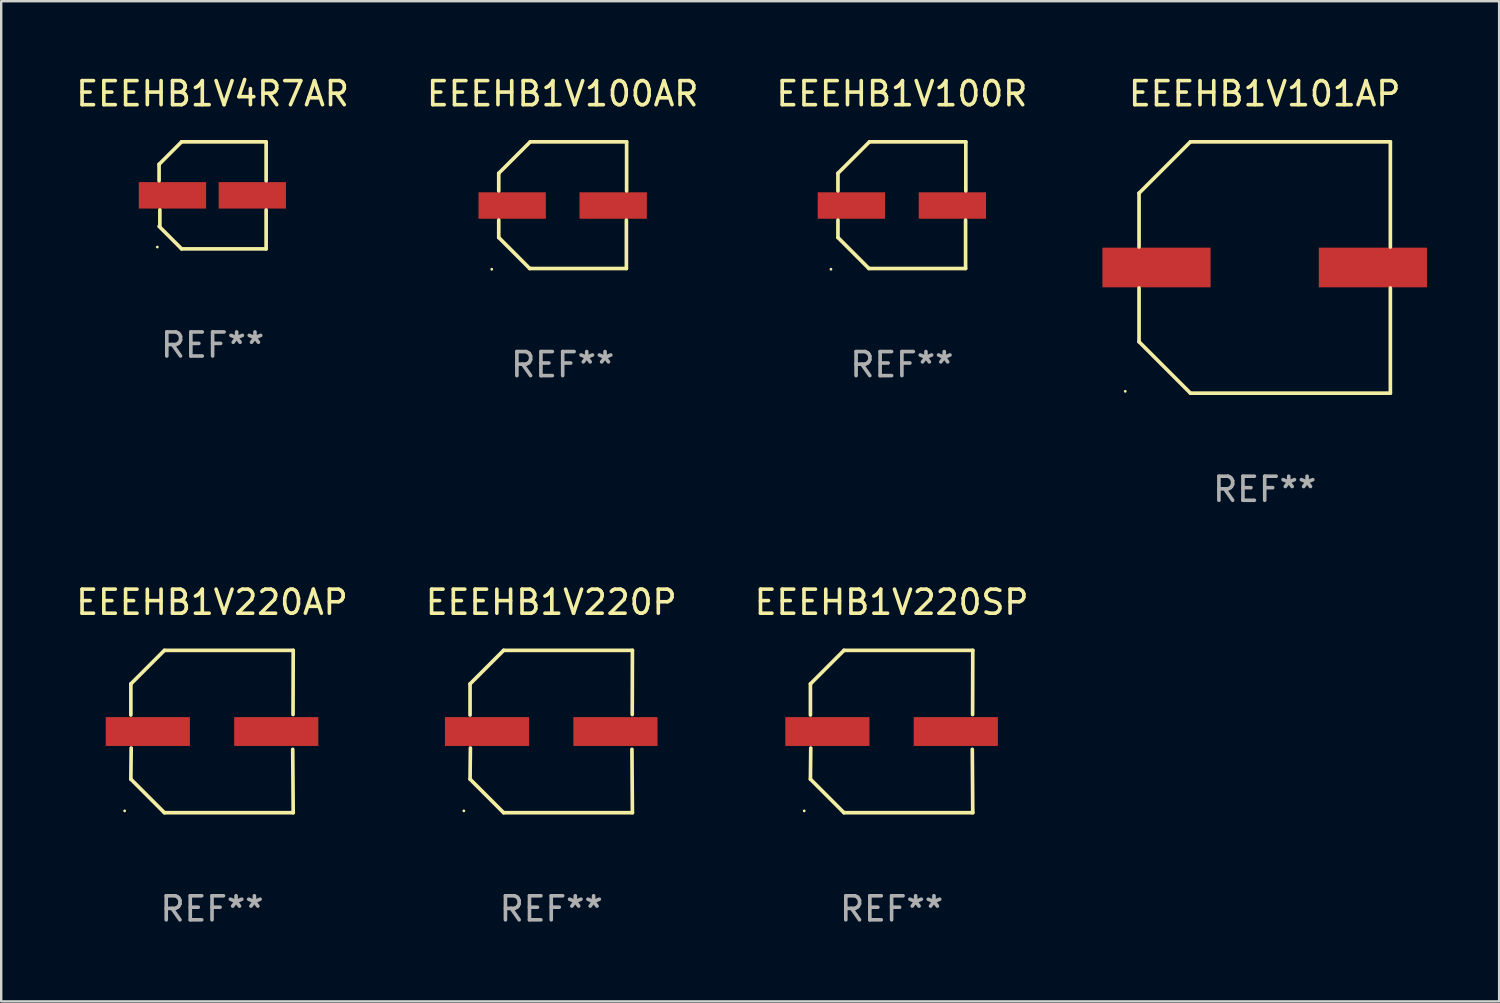
<source format=kicad_pcb>
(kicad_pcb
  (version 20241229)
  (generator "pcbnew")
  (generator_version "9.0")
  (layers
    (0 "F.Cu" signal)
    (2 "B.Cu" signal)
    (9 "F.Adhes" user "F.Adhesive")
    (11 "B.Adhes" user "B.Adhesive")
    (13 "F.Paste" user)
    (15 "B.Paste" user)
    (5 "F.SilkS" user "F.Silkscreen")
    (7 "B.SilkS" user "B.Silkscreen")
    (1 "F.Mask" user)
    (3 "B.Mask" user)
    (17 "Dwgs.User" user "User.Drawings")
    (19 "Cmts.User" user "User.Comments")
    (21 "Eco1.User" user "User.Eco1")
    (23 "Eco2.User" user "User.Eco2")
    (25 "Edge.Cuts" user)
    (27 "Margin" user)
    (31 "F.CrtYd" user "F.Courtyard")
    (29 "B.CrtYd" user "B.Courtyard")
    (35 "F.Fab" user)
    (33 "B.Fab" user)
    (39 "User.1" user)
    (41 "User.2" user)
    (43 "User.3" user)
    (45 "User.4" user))
  (footprint "EEEHB1V100R"
    (layer "F.Cu")
    (at 34.458 5.482)
    (property "Reference" "EEEHB1V100R" (at 0 -4.634 0) (layer "F.SilkS") (effects (font (size 1 1) (thickness 0.15))))
    (attr through_hole)
    (fp_line (start -2.659 -1.326) (end -2.659 -0.592) (stroke (width 0.152) (type solid)) (layer "F.SilkS"))
    (fp_line (start -2.659 1.346) (end -2.659 0.622) (stroke (width 0.152) (type solid)) (layer "F.SilkS"))
    (fp_line (start -1.372 2.634) (end -2.659 1.346) (stroke (width 0.152) (type solid)) (layer "F.SilkS"))
    (fp_line (start -1.349 -2.634) (end -2.659 -1.326) (stroke (width 0.152) (type solid)) (layer "F.SilkS"))
    (fp_line (start 2.649 0.622) (end 2.649 2.634) (stroke (width 0.152) (type solid)) (layer "F.SilkS"))
    (fp_line (start 2.649 2.634) (end -1.372 2.634) (stroke (width 0.152) (type solid)) (layer "F.SilkS"))
    (fp_line (start 2.659 -2.634) (end -1.349 -2.634) (stroke (width 0.152) (type solid)) (layer "F.SilkS"))
    (fp_line (start 2.659 -0.592) (end 2.659 -2.634) (stroke (width 0.152) (type solid)) (layer "F.SilkS"))
    (fp_circle (center -2.95 2.665) (end -2.92 2.665) (stroke (width 0.06) (type solid)) (fill no) (layer "F.SilkS"))
    (fp_text user "REF**" (at 0 6.634 0) (layer "F.Fab") (effects (font (size 1 1) (thickness 0.15))))
    (pad "1" smd rect (at -2.1 0.015) (size 2.8 1.1) (layers "F.Cu" "F.Mask" "F.Paste"))
    (pad "2" smd rect (at 2.1 0.015) (size 2.8 1.1) (layers "F.Cu" "F.Mask" "F.Paste")))
  (footprint "EEEHB1V220P"
    (layer "F.Cu")
    (at 19.875 27.373)
    (property "Reference" "EEEHB1V220P" (at 0 -5.376 0) (layer "F.SilkS") (effects (font (size 1 1) (thickness 0.15))))
    (attr through_hole)
    (fp_line (start -3.376 -1.98) (end -3.376 -0.686) (stroke (width 0.152) (type solid)) (layer "F.SilkS"))
    (fp_line (start -3.376 1.981) (end -3.362 0.686) (stroke (width 0.152) (type solid)) (layer "F.SilkS"))
    (fp_line (start -1.981 3.376) (end -3.376 1.981) (stroke (width 0.152) (type solid)) (layer "F.SilkS"))
    (fp_line (start -1.98 -3.376) (end -3.376 -1.98) (stroke (width 0.152) (type solid)) (layer "F.SilkS"))
    (fp_line (start 3.356 0.74) (end 3.376 3.376) (stroke (width 0.152) (type solid)) (layer "F.SilkS"))
    (fp_line (start 3.369 -0.707) (end 3.376 -3.376) (stroke (width 0.152) (type solid)) (layer "F.SilkS"))
    (fp_line (start 3.376 3.376) (end -1.981 3.376) (stroke (width 0.152) (type solid)) (layer "F.SilkS"))
    (fp_line (start 3.376 -3.376) (end -1.98 -3.376) (stroke (width 0.152) (type solid)) (layer "F.SilkS"))
    (fp_circle (center -3.634 3.3) (end -3.604 3.3) (stroke (width 0.06) (type solid)) (fill no) (layer "F.SilkS"))
    (fp_text user "REF**" (at 0 7.376 0) (layer "F.Fab") (effects (font (size 1 1) (thickness 0.15))))
    (pad "1" smd rect (at -2.67 0.000254) (size 3.5 1.2) (layers "F.Cu" "F.Mask" "F.Paste"))
    (pad "2" smd rect (at 2.67 0.000254) (size 3.5 1.2) (layers "F.Cu" "F.Mask" "F.Paste")))
  (footprint "EEEHB1V220AP"
    (layer "F.Cu")
    (at 5.768 27.373)
    (property "Reference" "EEEHB1V220AP" (at 0 -5.376 0) (layer "F.SilkS") (effects (font (size 1 1) (thickness 0.15))))
    (attr through_hole)
    (fp_line (start -3.376 -1.98) (end -3.376 -0.686) (stroke (width 0.152) (type solid)) (layer "F.SilkS"))
    (fp_line (start -3.376 1.981) (end -3.362 0.686) (stroke (width 0.152) (type solid)) (layer "F.SilkS"))
    (fp_line (start -1.981 3.376) (end -3.376 1.981) (stroke (width 0.152) (type solid)) (layer "F.SilkS"))
    (fp_line (start -1.98 -3.376) (end -3.376 -1.98) (stroke (width 0.152) (type solid)) (layer "F.SilkS"))
    (fp_line (start 3.356 0.74) (end 3.376 3.376) (stroke (width 0.152) (type solid)) (layer "F.SilkS"))
    (fp_line (start 3.369 -0.707) (end 3.376 -3.376) (stroke (width 0.152) (type solid)) (layer "F.SilkS"))
    (fp_line (start 3.376 3.376) (end -1.981 3.376) (stroke (width 0.152) (type solid)) (layer "F.SilkS"))
    (fp_line (start 3.376 -3.376) (end -1.98 -3.376) (stroke (width 0.152) (type solid)) (layer "F.SilkS"))
    (fp_circle (center -3.634 3.3) (end -3.604 3.3) (stroke (width 0.06) (type solid)) (fill no) (layer "F.SilkS"))
    (fp_text user "REF**" (at 0 7.376 0) (layer "F.Fab") (effects (font (size 1 1) (thickness 0.15))))
    (pad "1" smd rect (at -2.67 0.000254) (size 3.5 1.2) (layers "F.Cu" "F.Mask" "F.Paste"))
    (pad "2" smd rect (at 2.67 0.000254) (size 3.5 1.2) (layers "F.Cu" "F.Mask" "F.Paste")))
  (footprint "EEEHB1V101AP"
    (layer "F.Cu")
    (at 49.547 8.074)
    (property "Reference" "EEEHB1V101AP" (at 0 -7.226 0) (layer "F.SilkS") (effects (font (size 1 1) (thickness 0.15))))
    (attr through_hole)
    (fp_line (start -5.226 -3.09) (end -5.226 -0.852) (stroke (width 0.152) (type solid)) (layer "F.SilkS"))
    (fp_line (start -5.226 3.09) (end -5.226 0.852) (stroke (width 0.152) (type solid)) (layer "F.SilkS"))
    (fp_line (start -3.09 -5.226) (end -5.226 -3.09) (stroke (width 0.152) (type solid)) (layer "F.SilkS"))
    (fp_line (start -3.09 5.226) (end -5.226 3.09) (stroke (width 0.152) (type solid)) (layer "F.SilkS"))
    (fp_line (start 5.226 -5.226) (end -3.09 -5.226) (stroke (width 0.152) (type solid)) (layer "F.SilkS"))
    (fp_line (start 5.226 -0.852) (end 5.226 -5.226) (stroke (width 0.152) (type solid)) (layer "F.SilkS"))
    (fp_line (start 5.226 0.852) (end 5.226 5.226) (stroke (width 0.152) (type solid)) (layer "F.SilkS"))
    (fp_line (start 5.226 5.226) (end -3.09 5.226) (stroke (width 0.152) (type solid)) (layer "F.SilkS"))
    (fp_circle (center -5.8 5.15) (end -5.77 5.15) (stroke (width 0.06) (type solid)) (fill no) (layer "F.SilkS"))
    (fp_text user "REF**" (at 0 9.226 0) (layer "F.Fab") (effects (font (size 1 1) (thickness 0.15))))
    (pad "1" smd rect (at -4.5 0) (size 4.5 1.65) (layers "F.Cu" "F.Mask" "F.Paste"))
    (pad "2" smd rect (at 4.5 0) (size 4.5 1.65) (layers "F.Cu" "F.Mask" "F.Paste")))
  (footprint "EEEHB1V100AR"
    (layer "F.Cu")
    (at 20.351 5.482)
    (property "Reference" "EEEHB1V100AR" (at 0 -4.634 0) (layer "F.SilkS") (effects (font (size 1 1) (thickness 0.15))))
    (attr through_hole)
    (fp_line (start -2.659 -1.326) (end -2.659 -0.592) (stroke (width 0.152) (type solid)) (layer "F.SilkS"))
    (fp_line (start -2.659 1.346) (end -2.659 0.622) (stroke (width 0.152) (type solid)) (layer "F.SilkS"))
    (fp_line (start -1.372 2.634) (end -2.659 1.346) (stroke (width 0.152) (type solid)) (layer "F.SilkS"))
    (fp_line (start -1.349 -2.634) (end -2.659 -1.326) (stroke (width 0.152) (type solid)) (layer "F.SilkS"))
    (fp_line (start 2.649 0.622) (end 2.649 2.634) (stroke (width 0.152) (type solid)) (layer "F.SilkS"))
    (fp_line (start 2.649 2.634) (end -1.372 2.634) (stroke (width 0.152) (type solid)) (layer "F.SilkS"))
    (fp_line (start 2.659 -2.634) (end -1.349 -2.634) (stroke (width 0.152) (type solid)) (layer "F.SilkS"))
    (fp_line (start 2.659 -0.592) (end 2.659 -2.634) (stroke (width 0.152) (type solid)) (layer "F.SilkS"))
    (fp_circle (center -2.95 2.665) (end -2.92 2.665) (stroke (width 0.06) (type solid)) (fill no) (layer "F.SilkS"))
    (fp_text user "REF**" (at 0 6.634 0) (layer "F.Fab") (effects (font (size 1 1) (thickness 0.15))))
    (pad "1" smd rect (at -2.1 0.015) (size 2.8 1.1) (layers "F.Cu" "F.Mask" "F.Paste"))
    (pad "2" smd rect (at 2.1 0.015) (size 2.8 1.1) (layers "F.Cu" "F.Mask" "F.Paste")))
  (footprint "EEEHB1V4R7AR"
    (layer "F.Cu")
    (at 5.792 5.074)
    (property "Reference" "EEEHB1V4R7AR" (at 0 -4.226 0) (layer "F.SilkS") (effects (font (size 1 1) (thickness 0.15))))
    (attr through_hole)
    (fp_line (start -2.226 -1.29) (end -2.226 -0.607) (stroke (width 0.152) (type solid)) (layer "F.SilkS"))
    (fp_line (start -2.193 1.29) (end -2.193 0.607) (stroke (width 0.152) (type solid)) (layer "F.SilkS"))
    (fp_line (start -1.29 2.226) (end -2.226 1.29) (stroke (width 0.152) (type solid)) (layer "F.SilkS"))
    (fp_line (start -1.29 -2.226) (end -2.226 -1.29) (stroke (width 0.152) (type solid)) (layer "F.SilkS"))
    (fp_line (start 2.226 -2.226) (end -1.29 -2.226) (stroke (width 0.152) (type solid)) (layer "F.SilkS"))
    (fp_line (start 2.226 -0.607) (end 2.226 -2.226) (stroke (width 0.152) (type solid)) (layer "F.SilkS"))
    (fp_line (start 2.226 0.607) (end 2.226 2.226) (stroke (width 0.152) (type solid)) (layer "F.SilkS"))
    (fp_line (start 2.226 2.226) (end -1.29 2.226) (stroke (width 0.152) (type solid)) (layer "F.SilkS"))
    (fp_circle (center -2.3 2.15) (end -2.27 2.15) (stroke (width 0.06) (type solid)) (fill no) (layer "F.SilkS"))
    (fp_text user "REF**" (at 0 6.226 0) (layer "F.Fab") (effects (font (size 1 1) (thickness 0.15))))
    (pad "1" smd rect (at -1.67 -0.000025) (size 2.8 1.1) (layers "F.Cu" "F.Mask" "F.Paste"))
    (pad "2" smd rect (at 1.651 -0.000025) (size 2.8 1.1) (layers "F.Cu" "F.Mask" "F.Paste")))
  (footprint "EEEHB1V220SP"
    (layer "F.Cu")
    (at 34.03 27.373)
    (property "Reference" "EEEHB1V220SP" (at 0 -5.376 0) (layer "F.SilkS") (effects (font (size 1 1) (thickness 0.15))))
    (attr through_hole)
    (fp_line (start -3.376 -1.98) (end -3.376 -0.686) (stroke (width 0.152) (type solid)) (layer "F.SilkS"))
    (fp_line (start -3.376 1.981) (end -3.362 0.686) (stroke (width 0.152) (type solid)) (layer "F.SilkS"))
    (fp_line (start -1.981 3.376) (end -3.376 1.981) (stroke (width 0.152) (type solid)) (layer "F.SilkS"))
    (fp_line (start -1.98 -3.376) (end -3.376 -1.98) (stroke (width 0.152) (type solid)) (layer "F.SilkS"))
    (fp_line (start 3.356 0.74) (end 3.376 3.376) (stroke (width 0.152) (type solid)) (layer "F.SilkS"))
    (fp_line (start 3.369 -0.707) (end 3.376 -3.376) (stroke (width 0.152) (type solid)) (layer "F.SilkS"))
    (fp_line (start 3.376 3.376) (end -1.981 3.376) (stroke (width 0.152) (type solid)) (layer "F.SilkS"))
    (fp_line (start 3.376 -3.376) (end -1.98 -3.376) (stroke (width 0.152) (type solid)) (layer "F.SilkS"))
    (fp_circle (center -3.634 3.3) (end -3.604 3.3) (stroke (width 0.06) (type solid)) (fill no) (layer "F.SilkS"))
    (fp_text user "REF**" (at 0 7.376 0) (layer "F.Fab") (effects (font (size 1 1) (thickness 0.15))))
    (pad "1" smd rect (at -2.67 0.000254) (size 3.5 1.2) (layers "F.Cu" "F.Mask" "F.Paste"))
    (pad "2" smd rect (at 2.67 0.000254) (size 3.5 1.2) (layers "F.Cu" "F.Mask" "F.Paste")))
  (gr_rect
    (start -3 -3)
    (end 59.297 38.597)
    (stroke (width 0.1) (type default))
    (fill no)
    (layer "Edge.Cuts")))
</source>
